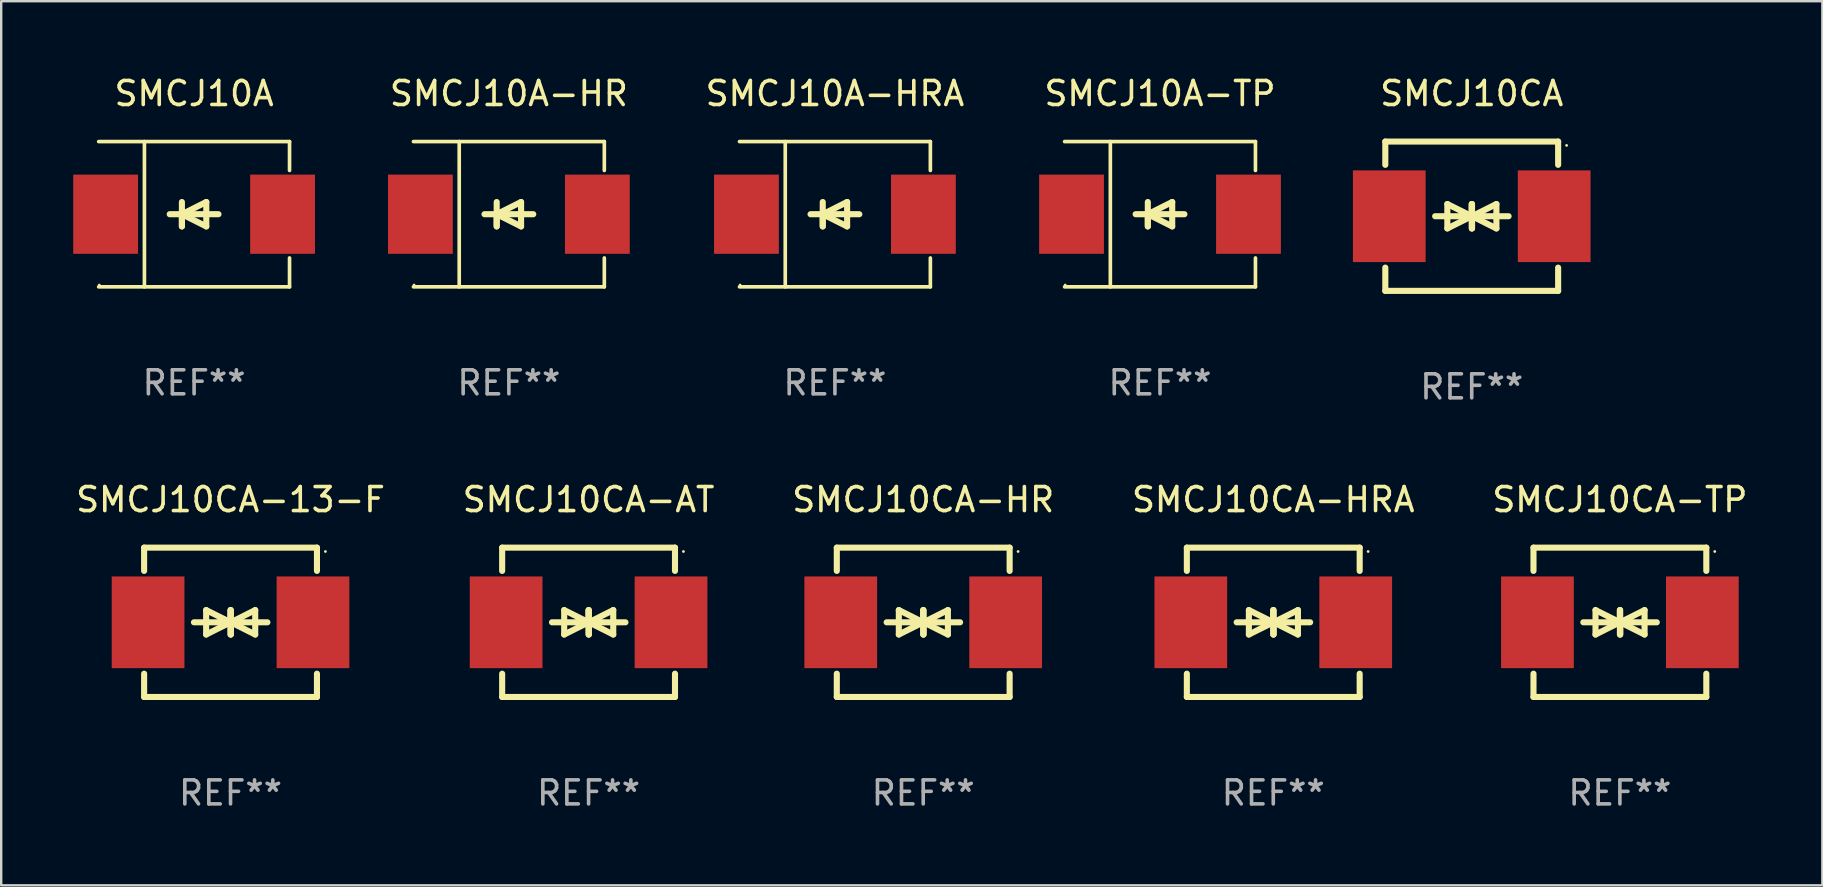
<source format=kicad_pcb>
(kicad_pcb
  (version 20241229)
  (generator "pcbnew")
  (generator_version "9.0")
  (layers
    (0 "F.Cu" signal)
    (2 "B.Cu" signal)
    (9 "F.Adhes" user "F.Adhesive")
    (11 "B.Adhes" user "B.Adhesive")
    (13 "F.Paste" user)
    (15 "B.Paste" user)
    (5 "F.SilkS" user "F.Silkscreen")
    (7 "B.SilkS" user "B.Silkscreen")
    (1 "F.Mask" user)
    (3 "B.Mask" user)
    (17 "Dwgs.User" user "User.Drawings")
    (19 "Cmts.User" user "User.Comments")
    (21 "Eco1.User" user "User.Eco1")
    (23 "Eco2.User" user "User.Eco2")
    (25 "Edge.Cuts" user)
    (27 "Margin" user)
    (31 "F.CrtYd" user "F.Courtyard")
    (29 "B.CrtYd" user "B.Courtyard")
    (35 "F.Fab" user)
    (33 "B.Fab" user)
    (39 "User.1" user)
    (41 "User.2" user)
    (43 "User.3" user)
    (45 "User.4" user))
  (footprint "SMCJ10CA-HR"
    (layer "F.Cu")
    (at 35.411 22.875)
    (property "Reference" "SMCJ10CA-HR" (at 0 -5.11 0) (layer "F.SilkS") (effects (font (size 1 1) (thickness 0.15))))
    (attr through_hole)
    (fp_line (start -3.6 -2.141) (end -3.6 -3.11) (stroke (width 0.254) (type solid)) (layer "F.SilkS"))
    (fp_line (start -3.6 3.11) (end -3.6 2.141) (stroke (width 0.254) (type solid)) (layer "F.SilkS"))
    (fp_line (start -1.524 0) (end 0.508 0) (stroke (width 0.254) (type solid)) (layer "F.SilkS"))
    (fp_line (start -1.016 -0.508) (end -1.016 0.508) (stroke (width 0.254) (type solid)) (layer "F.SilkS"))
    (fp_line (start -1.016 0.508) (end 0 0) (stroke (width 0.254) (type solid)) (layer "F.SilkS"))
    (fp_line (start 0 -0.508) (end 0 0.508) (stroke (width 0.254) (type solid)) (layer "F.SilkS"))
    (fp_line (start 0 0) (end -1.016 -0.508) (stroke (width 0.254) (type solid)) (layer "F.SilkS"))
    (fp_line (start 0 0) (end 0 -0.508) (stroke (width 0.254) (type solid)) (layer "F.SilkS"))
    (fp_line (start 0.012 0) (end 0.012 0.508) (stroke (width 0.254) (type solid)) (layer "F.SilkS"))
    (fp_line (start 0.012 0) (end 1.028 0.508) (stroke (width 0.254) (type solid)) (layer "F.SilkS"))
    (fp_line (start 0.012 0.508) (end 0.012 -0.508) (stroke (width 0.254) (type solid)) (layer "F.SilkS"))
    (fp_line (start 1.028 -0.508) (end 0.012 0) (stroke (width 0.254) (type solid)) (layer "F.SilkS"))
    (fp_line (start 1.028 0.508) (end 1.028 -0.508) (stroke (width 0.254) (type solid)) (layer "F.SilkS"))
    (fp_line (start 1.536 0) (end -0.496 0) (stroke (width 0.254) (type solid)) (layer "F.SilkS"))
    (fp_line (start 3.6 -3.11) (end -3.6 -3.11) (stroke (width 0.254) (type solid)) (layer "F.SilkS"))
    (fp_line (start 3.6 -2.141) (end 3.6 -3.11) (stroke (width 0.254) (type solid)) (layer "F.SilkS"))
    (fp_line (start 3.6 3.11) (end -3.6 3.11) (stroke (width 0.254) (type solid)) (layer "F.SilkS"))
    (fp_line (start 3.6 3.11) (end 3.6 2.141) (stroke (width 0.254) (type solid)) (layer "F.SilkS"))
    (fp_circle (center 3.952 -2.95) (end 3.982 -2.95) (stroke (width 0.06) (type solid)) (fill no) (layer "F.SilkS"))
    (fp_text user "REF**" (at 0 7.11 0) (layer "F.Fab") (effects (font (size 1 1) (thickness 0.15))))
    (pad "1" smd rect (at 3.435 0) (size 3.03 3.82) (layers "F.Cu" "F.Mask" "F.Paste"))
    (pad "2" smd rect (at -3.435 0) (size 3.03 3.82) (layers "F.Cu" "F.Mask" "F.Paste")))
  (footprint "SMCJ10CA-TP"
    (layer "F.Cu")
    (at 64.435 22.875)
    (property "Reference" "SMCJ10CA-TP" (at 0 -5.11 0) (layer "F.SilkS") (effects (font (size 1 1) (thickness 0.15))))
    (attr through_hole)
    (fp_line (start -3.6 -2.141) (end -3.6 -3.11) (stroke (width 0.254) (type solid)) (layer "F.SilkS"))
    (fp_line (start -3.6 3.11) (end -3.6 2.141) (stroke (width 0.254) (type solid)) (layer "F.SilkS"))
    (fp_line (start -1.524 0) (end 0.508 0) (stroke (width 0.254) (type solid)) (layer "F.SilkS"))
    (fp_line (start -1.016 -0.508) (end -1.016 0.508) (stroke (width 0.254) (type solid)) (layer "F.SilkS"))
    (fp_line (start -1.016 0.508) (end 0 0) (stroke (width 0.254) (type solid)) (layer "F.SilkS"))
    (fp_line (start 0 -0.508) (end 0 0.508) (stroke (width 0.254) (type solid)) (layer "F.SilkS"))
    (fp_line (start 0 0) (end -1.016 -0.508) (stroke (width 0.254) (type solid)) (layer "F.SilkS"))
    (fp_line (start 0 0) (end 0 -0.508) (stroke (width 0.254) (type solid)) (layer "F.SilkS"))
    (fp_line (start 0.012 0) (end 0.012 0.508) (stroke (width 0.254) (type solid)) (layer "F.SilkS"))
    (fp_line (start 0.012 0) (end 1.028 0.508) (stroke (width 0.254) (type solid)) (layer "F.SilkS"))
    (fp_line (start 0.012 0.508) (end 0.012 -0.508) (stroke (width 0.254) (type solid)) (layer "F.SilkS"))
    (fp_line (start 1.028 -0.508) (end 0.012 0) (stroke (width 0.254) (type solid)) (layer "F.SilkS"))
    (fp_line (start 1.028 0.508) (end 1.028 -0.508) (stroke (width 0.254) (type solid)) (layer "F.SilkS"))
    (fp_line (start 1.536 0) (end -0.496 0) (stroke (width 0.254) (type solid)) (layer "F.SilkS"))
    (fp_line (start 3.6 -3.11) (end -3.6 -3.11) (stroke (width 0.254) (type solid)) (layer "F.SilkS"))
    (fp_line (start 3.6 -2.141) (end 3.6 -3.11) (stroke (width 0.254) (type solid)) (layer "F.SilkS"))
    (fp_line (start 3.6 3.11) (end -3.6 3.11) (stroke (width 0.254) (type solid)) (layer "F.SilkS"))
    (fp_line (start 3.6 3.11) (end 3.6 2.141) (stroke (width 0.254) (type solid)) (layer "F.SilkS"))
    (fp_circle (center 3.952 -2.95) (end 3.982 -2.95) (stroke (width 0.06) (type solid)) (fill no) (layer "F.SilkS"))
    (fp_text user "REF**" (at 0 7.11 0) (layer "F.Fab") (effects (font (size 1 1) (thickness 0.15))))
    (pad "1" smd rect (at 3.435 0) (size 3.03 3.82) (layers "F.Cu" "F.Mask" "F.Paste"))
    (pad "2" smd rect (at -3.435 0) (size 3.03 3.82) (layers "F.Cu" "F.Mask" "F.Paste")))
  (footprint "SMCJ10A-TP"
    (layer "F.Cu")
    (at 45.276 5.874)
    (property "Reference" "SMCJ10A-TP" (at 0 -5.026 0) (layer "F.SilkS") (effects (font (size 1 1) (thickness 0.15))))
    (attr through_hole)
    (fp_line (start -3.976 -3.026) (end 3.976 -3.026) (stroke (width 0.152) (type solid)) (layer "F.SilkS"))
    (fp_line (start -3.976 3.026) (end 3.976 3.026) (stroke (width 0.152) (type solid)) (layer "F.SilkS"))
    (fp_line (start -2.069 -3.026) (end -2.069 3.026) (stroke (width 0.152) (type solid)) (layer "F.SilkS"))
    (fp_line (start -0.508 0) (end -0.508 0.508) (stroke (width 0.254) (type solid)) (layer "F.SilkS"))
    (fp_line (start -0.508 0) (end 0.508 0.508) (stroke (width 0.254) (type solid)) (layer "F.SilkS"))
    (fp_line (start -0.508 0.508) (end -0.508 -0.508) (stroke (width 0.254) (type solid)) (layer "F.SilkS"))
    (fp_line (start 0.508 -0.508) (end -0.508 0) (stroke (width 0.254) (type solid)) (layer "F.SilkS"))
    (fp_line (start 0.508 0.508) (end 0.508 -0.508) (stroke (width 0.254) (type solid)) (layer "F.SilkS"))
    (fp_line (start 1.016 0) (end -1.016 0) (stroke (width 0.254) (type solid)) (layer "F.SilkS"))
    (fp_line (start 3.976 -3.026) (end 3.976 -1.823) (stroke (width 0.152) (type solid)) (layer "F.SilkS"))
    (fp_line (start 3.976 3.026) (end 3.976 1.823) (stroke (width 0.152) (type solid)) (layer "F.SilkS"))
    (fp_circle (center -3.95 2.95) (end -3.92 2.95) (stroke (width 0.06) (type solid)) (fill no) (layer "F.SilkS"))
    (fp_text user "REF**" (at 0 7.026 0) (layer "F.Fab") (effects (font (size 1 1) (thickness 0.15))))
    (pad "1" smd rect (at -3.686 0) (size 2.7 3.3) (layers "F.Cu" "F.Mask" "F.Paste"))
    (pad "2" smd rect (at 3.686 0) (size 2.7 3.3) (layers "F.Cu" "F.Mask" "F.Paste")))
  (footprint "SMCJ10CA-HRA"
    (layer "F.Cu")
    (at 49.994 22.875)
    (property "Reference" "SMCJ10CA-HRA" (at 0 -5.11 0) (layer "F.SilkS") (effects (font (size 1 1) (thickness 0.15))))
    (attr through_hole)
    (fp_line (start -3.6 -2.141) (end -3.6 -3.11) (stroke (width 0.254) (type solid)) (layer "F.SilkS"))
    (fp_line (start -3.6 3.11) (end -3.6 2.141) (stroke (width 0.254) (type solid)) (layer "F.SilkS"))
    (fp_line (start -1.524 0) (end 0.508 0) (stroke (width 0.254) (type solid)) (layer "F.SilkS"))
    (fp_line (start -1.016 -0.508) (end -1.016 0.508) (stroke (width 0.254) (type solid)) (layer "F.SilkS"))
    (fp_line (start -1.016 0.508) (end 0 0) (stroke (width 0.254) (type solid)) (layer "F.SilkS"))
    (fp_line (start 0 -0.508) (end 0 0.508) (stroke (width 0.254) (type solid)) (layer "F.SilkS"))
    (fp_line (start 0 0) (end -1.016 -0.508) (stroke (width 0.254) (type solid)) (layer "F.SilkS"))
    (fp_line (start 0 0) (end 0 -0.508) (stroke (width 0.254) (type solid)) (layer "F.SilkS"))
    (fp_line (start 0.012 0) (end 0.012 0.508) (stroke (width 0.254) (type solid)) (layer "F.SilkS"))
    (fp_line (start 0.012 0) (end 1.028 0.508) (stroke (width 0.254) (type solid)) (layer "F.SilkS"))
    (fp_line (start 0.012 0.508) (end 0.012 -0.508) (stroke (width 0.254) (type solid)) (layer "F.SilkS"))
    (fp_line (start 1.028 -0.508) (end 0.012 0) (stroke (width 0.254) (type solid)) (layer "F.SilkS"))
    (fp_line (start 1.028 0.508) (end 1.028 -0.508) (stroke (width 0.254) (type solid)) (layer "F.SilkS"))
    (fp_line (start 1.536 0) (end -0.496 0) (stroke (width 0.254) (type solid)) (layer "F.SilkS"))
    (fp_line (start 3.6 -3.11) (end -3.6 -3.11) (stroke (width 0.254) (type solid)) (layer "F.SilkS"))
    (fp_line (start 3.6 -2.141) (end 3.6 -3.11) (stroke (width 0.254) (type solid)) (layer "F.SilkS"))
    (fp_line (start 3.6 3.11) (end -3.6 3.11) (stroke (width 0.254) (type solid)) (layer "F.SilkS"))
    (fp_line (start 3.6 3.11) (end 3.6 2.141) (stroke (width 0.254) (type solid)) (layer "F.SilkS"))
    (fp_circle (center 3.952 -2.95) (end 3.982 -2.95) (stroke (width 0.06) (type solid)) (fill no) (layer "F.SilkS"))
    (fp_text user "REF**" (at 0 7.11 0) (layer "F.Fab") (effects (font (size 1 1) (thickness 0.15))))
    (pad "1" smd rect (at 3.435 0) (size 3.03 3.82) (layers "F.Cu" "F.Mask" "F.Paste"))
    (pad "2" smd rect (at -3.435 0) (size 3.03 3.82) (layers "F.Cu" "F.Mask" "F.Paste")))
  (footprint "SMCJ10A-HR"
    (layer "F.Cu")
    (at 18.15 5.874)
    (property "Reference" "SMCJ10A-HR" (at 0 -5.026 0) (layer "F.SilkS") (effects (font (size 1 1) (thickness 0.15))))
    (attr through_hole)
    (fp_line (start -3.976 -3.026) (end 3.976 -3.026) (stroke (width 0.152) (type solid)) (layer "F.SilkS"))
    (fp_line (start -3.976 3.026) (end 3.976 3.026) (stroke (width 0.152) (type solid)) (layer "F.SilkS"))
    (fp_line (start -2.069 -3.026) (end -2.069 3.026) (stroke (width 0.152) (type solid)) (layer "F.SilkS"))
    (fp_line (start -0.508 0) (end -0.508 0.508) (stroke (width 0.254) (type solid)) (layer "F.SilkS"))
    (fp_line (start -0.508 0) (end 0.508 0.508) (stroke (width 0.254) (type solid)) (layer "F.SilkS"))
    (fp_line (start -0.508 0.508) (end -0.508 -0.508) (stroke (width 0.254) (type solid)) (layer "F.SilkS"))
    (fp_line (start 0.508 -0.508) (end -0.508 0) (stroke (width 0.254) (type solid)) (layer "F.SilkS"))
    (fp_line (start 0.508 0.508) (end 0.508 -0.508) (stroke (width 0.254) (type solid)) (layer "F.SilkS"))
    (fp_line (start 1.016 0) (end -1.016 0) (stroke (width 0.254) (type solid)) (layer "F.SilkS"))
    (fp_line (start 3.976 -3.026) (end 3.976 -1.823) (stroke (width 0.152) (type solid)) (layer "F.SilkS"))
    (fp_line (start 3.976 3.026) (end 3.976 1.823) (stroke (width 0.152) (type solid)) (layer "F.SilkS"))
    (fp_circle (center -3.95 2.95) (end -3.92 2.95) (stroke (width 0.06) (type solid)) (fill no) (layer "F.SilkS"))
    (fp_text user "REF**" (at 0 7.026 0) (layer "F.Fab") (effects (font (size 1 1) (thickness 0.15))))
    (pad "1" smd rect (at -3.686 0) (size 2.7 3.3) (layers "F.Cu" "F.Mask" "F.Paste"))
    (pad "2" smd rect (at 3.686 0) (size 2.7 3.3) (layers "F.Cu" "F.Mask" "F.Paste")))
  (footprint "SMCJ10CA-AT"
    (layer "F.Cu")
    (at 21.47 22.875)
    (property "Reference" "SMCJ10CA-AT" (at 0 -5.11 0) (layer "F.SilkS") (effects (font (size 1 1) (thickness 0.15))))
    (attr through_hole)
    (fp_line (start -3.6 -2.141) (end -3.6 -3.11) (stroke (width 0.254) (type solid)) (layer "F.SilkS"))
    (fp_line (start -3.6 3.11) (end -3.6 2.141) (stroke (width 0.254) (type solid)) (layer "F.SilkS"))
    (fp_line (start -1.524 0) (end 0.508 0) (stroke (width 0.254) (type solid)) (layer "F.SilkS"))
    (fp_line (start -1.016 -0.508) (end -1.016 0.508) (stroke (width 0.254) (type solid)) (layer "F.SilkS"))
    (fp_line (start -1.016 0.508) (end 0 0) (stroke (width 0.254) (type solid)) (layer "F.SilkS"))
    (fp_line (start 0 -0.508) (end 0 0.508) (stroke (width 0.254) (type solid)) (layer "F.SilkS"))
    (fp_line (start 0 0) (end -1.016 -0.508) (stroke (width 0.254) (type solid)) (layer "F.SilkS"))
    (fp_line (start 0 0) (end 0 -0.508) (stroke (width 0.254) (type solid)) (layer "F.SilkS"))
    (fp_line (start 0.012 0) (end 0.012 0.508) (stroke (width 0.254) (type solid)) (layer "F.SilkS"))
    (fp_line (start 0.012 0) (end 1.028 0.508) (stroke (width 0.254) (type solid)) (layer "F.SilkS"))
    (fp_line (start 0.012 0.508) (end 0.012 -0.508) (stroke (width 0.254) (type solid)) (layer "F.SilkS"))
    (fp_line (start 1.028 -0.508) (end 0.012 0) (stroke (width 0.254) (type solid)) (layer "F.SilkS"))
    (fp_line (start 1.028 0.508) (end 1.028 -0.508) (stroke (width 0.254) (type solid)) (layer "F.SilkS"))
    (fp_line (start 1.536 0) (end -0.496 0) (stroke (width 0.254) (type solid)) (layer "F.SilkS"))
    (fp_line (start 3.6 -3.11) (end -3.6 -3.11) (stroke (width 0.254) (type solid)) (layer "F.SilkS"))
    (fp_line (start 3.6 -2.141) (end 3.6 -3.11) (stroke (width 0.254) (type solid)) (layer "F.SilkS"))
    (fp_line (start 3.6 3.11) (end -3.6 3.11) (stroke (width 0.254) (type solid)) (layer "F.SilkS"))
    (fp_line (start 3.6 3.11) (end 3.6 2.141) (stroke (width 0.254) (type solid)) (layer "F.SilkS"))
    (fp_circle (center 3.952 -2.95) (end 3.982 -2.95) (stroke (width 0.06) (type solid)) (fill no) (layer "F.SilkS"))
    (fp_text user "REF**" (at 0 7.11 0) (layer "F.Fab") (effects (font (size 1 1) (thickness 0.15))))
    (pad "1" smd rect (at 3.435 0) (size 3.03 3.82) (layers "F.Cu" "F.Mask" "F.Paste"))
    (pad "2" smd rect (at -3.435 0) (size 3.03 3.82) (layers "F.Cu" "F.Mask" "F.Paste")))
  (footprint "SMCJ10A"
    (layer "F.Cu")
    (at 5.036 5.874)
    (property "Reference" "SMCJ10A" (at 0 -5.026 0) (layer "F.SilkS") (effects (font (size 1 1) (thickness 0.15))))
    (attr through_hole)
    (fp_line (start -3.976 -3.026) (end 3.976 -3.026) (stroke (width 0.152) (type solid)) (layer "F.SilkS"))
    (fp_line (start -3.976 3.026) (end 3.976 3.026) (stroke (width 0.152) (type solid)) (layer "F.SilkS"))
    (fp_line (start -2.069 -3.026) (end -2.069 3.026) (stroke (width 0.152) (type solid)) (layer "F.SilkS"))
    (fp_line (start -0.508 0) (end -0.508 0.508) (stroke (width 0.254) (type solid)) (layer "F.SilkS"))
    (fp_line (start -0.508 0) (end 0.508 0.508) (stroke (width 0.254) (type solid)) (layer "F.SilkS"))
    (fp_line (start -0.508 0.508) (end -0.508 -0.508) (stroke (width 0.254) (type solid)) (layer "F.SilkS"))
    (fp_line (start 0.508 -0.508) (end -0.508 0) (stroke (width 0.254) (type solid)) (layer "F.SilkS"))
    (fp_line (start 0.508 0.508) (end 0.508 -0.508) (stroke (width 0.254) (type solid)) (layer "F.SilkS"))
    (fp_line (start 1.016 0) (end -1.016 0) (stroke (width 0.254) (type solid)) (layer "F.SilkS"))
    (fp_line (start 3.976 -3.026) (end 3.976 -1.823) (stroke (width 0.152) (type solid)) (layer "F.SilkS"))
    (fp_line (start 3.976 3.026) (end 3.976 1.823) (stroke (width 0.152) (type solid)) (layer "F.SilkS"))
    (fp_circle (center -3.95 2.95) (end -3.92 2.95) (stroke (width 0.06) (type solid)) (fill no) (layer "F.SilkS"))
    (fp_text user "REF**" (at 0 7.026 0) (layer "F.Fab") (effects (font (size 1 1) (thickness 0.15))))
    (pad "1" smd rect (at -3.686 0) (size 2.7 3.3) (layers "F.Cu" "F.Mask" "F.Paste"))
    (pad "2" smd rect (at 3.686 0) (size 2.7 3.3) (layers "F.Cu" "F.Mask" "F.Paste")))
  (footprint "SMCJ10A-HRA"
    (layer "F.Cu")
    (at 31.733 5.874)
    (property "Reference" "SMCJ10A-HRA" (at 0 -5.026 0) (layer "F.SilkS") (effects (font (size 1 1) (thickness 0.15))))
    (attr through_hole)
    (fp_line (start -3.976 -3.026) (end 3.976 -3.026) (stroke (width 0.152) (type solid)) (layer "F.SilkS"))
    (fp_line (start -3.976 3.026) (end 3.976 3.026) (stroke (width 0.152) (type solid)) (layer "F.SilkS"))
    (fp_line (start -2.069 -3.026) (end -2.069 3.026) (stroke (width 0.152) (type solid)) (layer "F.SilkS"))
    (fp_line (start -0.508 0) (end -0.508 0.508) (stroke (width 0.254) (type solid)) (layer "F.SilkS"))
    (fp_line (start -0.508 0) (end 0.508 0.508) (stroke (width 0.254) (type solid)) (layer "F.SilkS"))
    (fp_line (start -0.508 0.508) (end -0.508 -0.508) (stroke (width 0.254) (type solid)) (layer "F.SilkS"))
    (fp_line (start 0.508 -0.508) (end -0.508 0) (stroke (width 0.254) (type solid)) (layer "F.SilkS"))
    (fp_line (start 0.508 0.508) (end 0.508 -0.508) (stroke (width 0.254) (type solid)) (layer "F.SilkS"))
    (fp_line (start 1.016 0) (end -1.016 0) (stroke (width 0.254) (type solid)) (layer "F.SilkS"))
    (fp_line (start 3.976 -3.026) (end 3.976 -1.823) (stroke (width 0.152) (type solid)) (layer "F.SilkS"))
    (fp_line (start 3.976 3.026) (end 3.976 1.823) (stroke (width 0.152) (type solid)) (layer "F.SilkS"))
    (fp_circle (center -3.95 2.95) (end -3.92 2.95) (stroke (width 0.06) (type solid)) (fill no) (layer "F.SilkS"))
    (fp_text user "REF**" (at 0 7.026 0) (layer "F.Fab") (effects (font (size 1 1) (thickness 0.15))))
    (pad "1" smd rect (at -3.686 0) (size 2.7 3.3) (layers "F.Cu" "F.Mask" "F.Paste"))
    (pad "2" smd rect (at 3.686 0) (size 2.7 3.3) (layers "F.Cu" "F.Mask" "F.Paste")))
  (footprint "SMCJ10CA"
    (layer "F.Cu")
    (at 58.262 5.958)
    (property "Reference" "SMCJ10CA" (at 0 -5.11 0) (layer "F.SilkS") (effects (font (size 1 1) (thickness 0.15))))
    (attr through_hole)
    (fp_line (start -3.6 -2.141) (end -3.6 -3.11) (stroke (width 0.254) (type solid)) (layer "F.SilkS"))
    (fp_line (start -3.6 3.11) (end -3.6 2.141) (stroke (width 0.254) (type solid)) (layer "F.SilkS"))
    (fp_line (start -1.524 0) (end 0.508 0) (stroke (width 0.254) (type solid)) (layer "F.SilkS"))
    (fp_line (start -1.016 -0.508) (end -1.016 0.508) (stroke (width 0.254) (type solid)) (layer "F.SilkS"))
    (fp_line (start -1.016 0.508) (end 0 0) (stroke (width 0.254) (type solid)) (layer "F.SilkS"))
    (fp_line (start 0 -0.508) (end 0 0.508) (stroke (width 0.254) (type solid)) (layer "F.SilkS"))
    (fp_line (start 0 0) (end -1.016 -0.508) (stroke (width 0.254) (type solid)) (layer "F.SilkS"))
    (fp_line (start 0 0) (end 0 -0.508) (stroke (width 0.254) (type solid)) (layer "F.SilkS"))
    (fp_line (start 0.012 0) (end 0.012 0.508) (stroke (width 0.254) (type solid)) (layer "F.SilkS"))
    (fp_line (start 0.012 0) (end 1.028 0.508) (stroke (width 0.254) (type solid)) (layer "F.SilkS"))
    (fp_line (start 0.012 0.508) (end 0.012 -0.508) (stroke (width 0.254) (type solid)) (layer "F.SilkS"))
    (fp_line (start 1.028 -0.508) (end 0.012 0) (stroke (width 0.254) (type solid)) (layer "F.SilkS"))
    (fp_line (start 1.028 0.508) (end 1.028 -0.508) (stroke (width 0.254) (type solid)) (layer "F.SilkS"))
    (fp_line (start 1.536 0) (end -0.496 0) (stroke (width 0.254) (type solid)) (layer "F.SilkS"))
    (fp_line (start 3.6 -3.11) (end -3.6 -3.11) (stroke (width 0.254) (type solid)) (layer "F.SilkS"))
    (fp_line (start 3.6 -2.141) (end 3.6 -3.11) (stroke (width 0.254) (type solid)) (layer "F.SilkS"))
    (fp_line (start 3.6 3.11) (end -3.6 3.11) (stroke (width 0.254) (type solid)) (layer "F.SilkS"))
    (fp_line (start 3.6 3.11) (end 3.6 2.141) (stroke (width 0.254) (type solid)) (layer "F.SilkS"))
    (fp_circle (center 3.952 -2.95) (end 3.982 -2.95) (stroke (width 0.06) (type solid)) (fill no) (layer "F.SilkS"))
    (fp_text user "REF**" (at 0 7.11 0) (layer "F.Fab") (effects (font (size 1 1) (thickness 0.15))))
    (pad "1" smd rect (at 3.435 0) (size 3.03 3.82) (layers "F.Cu" "F.Mask" "F.Paste"))
    (pad "2" smd rect (at -3.435 0) (size 3.03 3.82) (layers "F.Cu" "F.Mask" "F.Paste")))
  (footprint "SMCJ10CA-13-F"
    (layer "F.Cu")
    (at 6.554 22.875)
    (property "Reference" "SMCJ10CA-13-F" (at 0 -5.11 0) (layer "F.SilkS") (effects (font (size 1 1) (thickness 0.15))))
    (attr through_hole)
    (fp_line (start -3.6 -2.141) (end -3.6 -3.11) (stroke (width 0.254) (type solid)) (layer "F.SilkS"))
    (fp_line (start -3.6 3.11) (end -3.6 2.141) (stroke (width 0.254) (type solid)) (layer "F.SilkS"))
    (fp_line (start -1.524 0) (end 0.508 0) (stroke (width 0.254) (type solid)) (layer "F.SilkS"))
    (fp_line (start -1.016 -0.508) (end -1.016 0.508) (stroke (width 0.254) (type solid)) (layer "F.SilkS"))
    (fp_line (start -1.016 0.508) (end 0 0) (stroke (width 0.254) (type solid)) (layer "F.SilkS"))
    (fp_line (start 0 -0.508) (end 0 0.508) (stroke (width 0.254) (type solid)) (layer "F.SilkS"))
    (fp_line (start 0 0) (end -1.016 -0.508) (stroke (width 0.254) (type solid)) (layer "F.SilkS"))
    (fp_line (start 0 0) (end 0 -0.508) (stroke (width 0.254) (type solid)) (layer "F.SilkS"))
    (fp_line (start 0.012 0) (end 0.012 0.508) (stroke (width 0.254) (type solid)) (layer "F.SilkS"))
    (fp_line (start 0.012 0) (end 1.028 0.508) (stroke (width 0.254) (type solid)) (layer "F.SilkS"))
    (fp_line (start 0.012 0.508) (end 0.012 -0.508) (stroke (width 0.254) (type solid)) (layer "F.SilkS"))
    (fp_line (start 1.028 -0.508) (end 0.012 0) (stroke (width 0.254) (type solid)) (layer "F.SilkS"))
    (fp_line (start 1.028 0.508) (end 1.028 -0.508) (stroke (width 0.254) (type solid)) (layer "F.SilkS"))
    (fp_line (start 1.536 0) (end -0.496 0) (stroke (width 0.254) (type solid)) (layer "F.SilkS"))
    (fp_line (start 3.6 -3.11) (end -3.6 -3.11) (stroke (width 0.254) (type solid)) (layer "F.SilkS"))
    (fp_line (start 3.6 -2.141) (end 3.6 -3.11) (stroke (width 0.254) (type solid)) (layer "F.SilkS"))
    (fp_line (start 3.6 3.11) (end -3.6 3.11) (stroke (width 0.254) (type solid)) (layer "F.SilkS"))
    (fp_line (start 3.6 3.11) (end 3.6 2.141) (stroke (width 0.254) (type solid)) (layer "F.SilkS"))
    (fp_circle (center 3.952 -2.95) (end 3.982 -2.95) (stroke (width 0.06) (type solid)) (fill no) (layer "F.SilkS"))
    (fp_text user "REF**" (at 0 7.11 0) (layer "F.Fab") (effects (font (size 1 1) (thickness 0.15))))
    (pad "1" smd rect (at 3.435 0) (size 3.03 3.82) (layers "F.Cu" "F.Mask" "F.Paste"))
    (pad "2" smd rect (at -3.435 0) (size 3.03 3.82) (layers "F.Cu" "F.Mask" "F.Paste")))
  (gr_rect
    (start -3 -3)
    (end 72.869 33.833)
    (stroke (width 0.1) (type default))
    (fill no)
    (layer "Edge.Cuts")))
</source>
